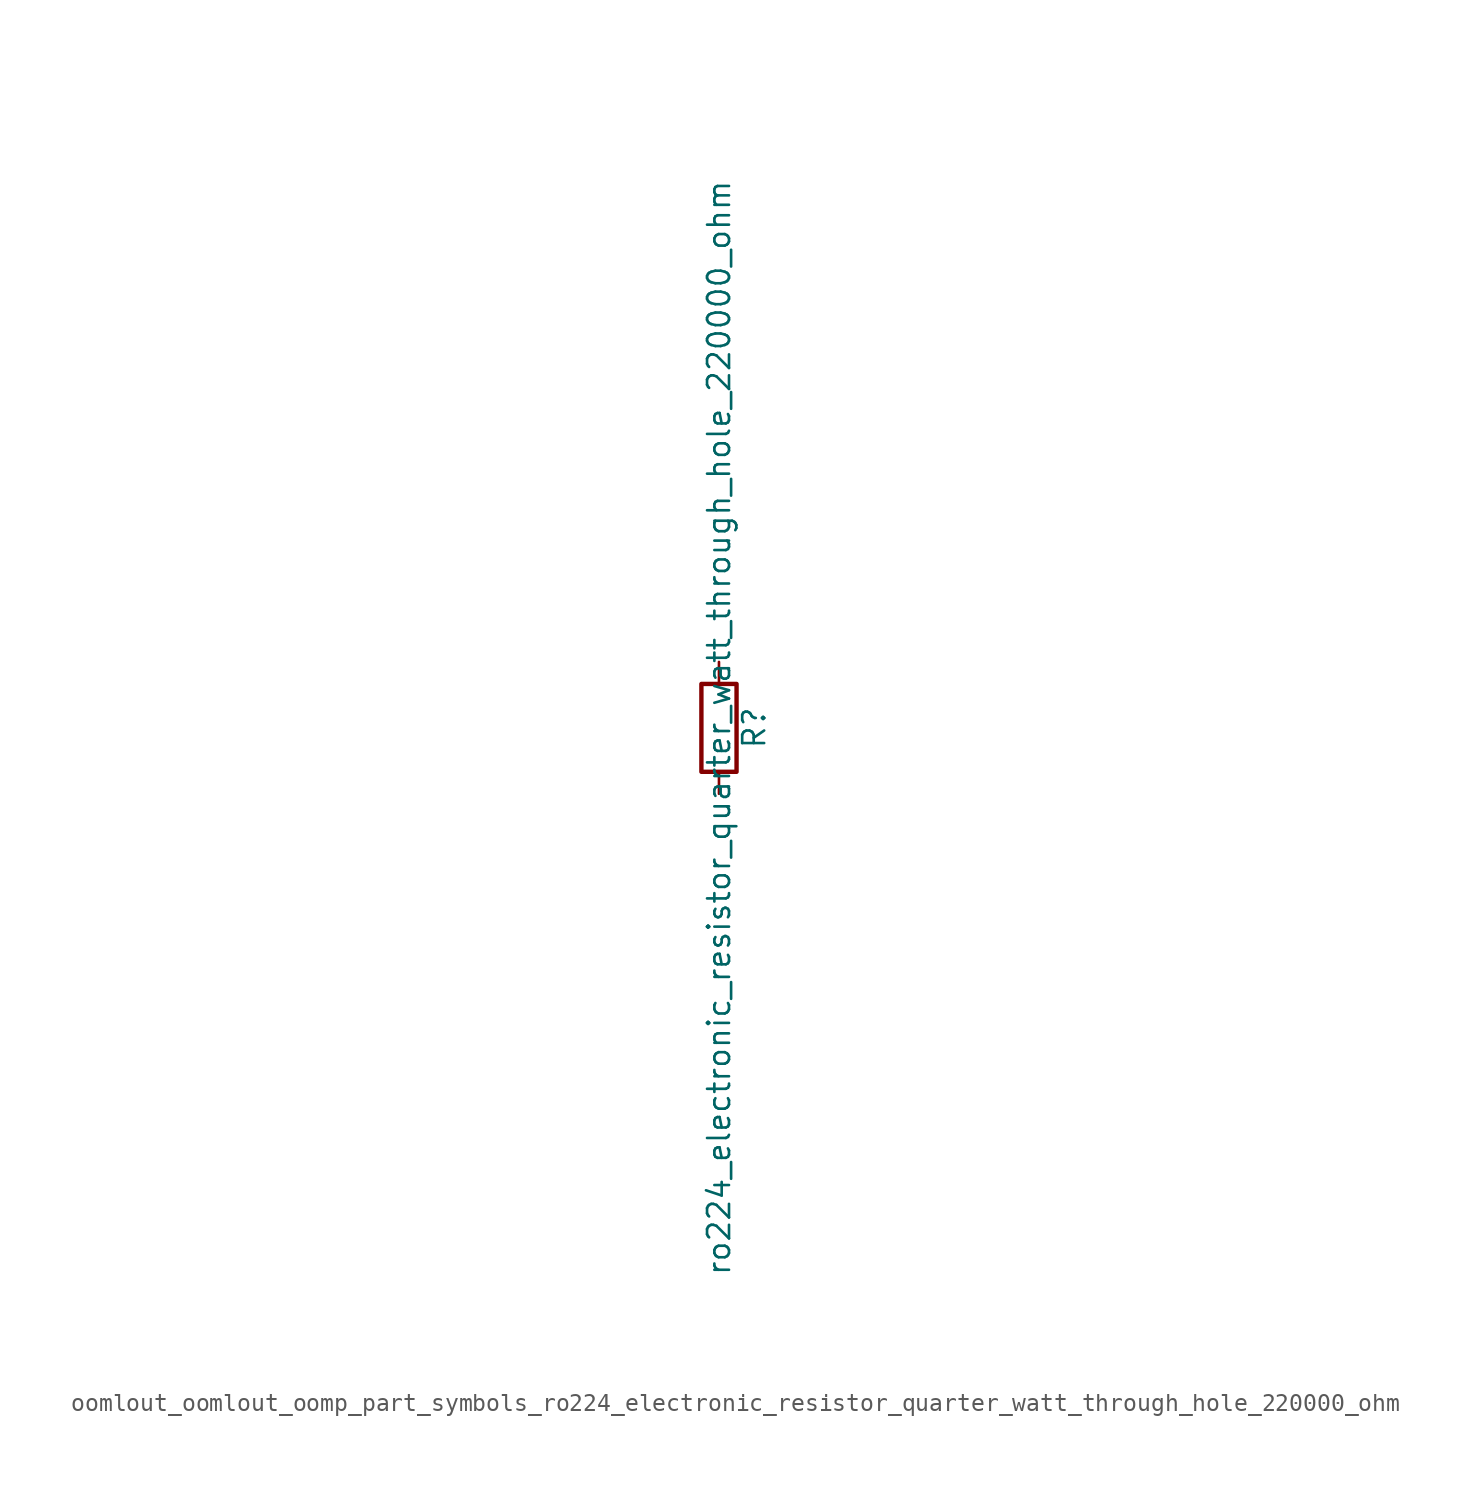
<source format=kicad_sym>
(kicad_symbol_lib
  (version 20220914)
  (generator kicad_symbol_editor)
  (symbol "oomlout_oomlout_oomp_part_symbols_ro224_electronic_resistor_quarter_watt_through_hole_220000_ohm"
    (pin_numbers hide)
    (pin_names
      (offset 0))
    (property "Reference" "R"
      (at 2.032 0 90)
      (effects (font (size 1.27 1.27))))
    (property "Value" "ro224_electronic_resistor_quarter_watt_through_hole_220000_ohm"
      (at 0 0 90)
      (effects (font (size 1.27 1.27))))
    (symbol "oomlout_oomlout_oomp_part_symbols_ro224_electronic_resistor_quarter_watt_through_hole_220000_ohm_0_1"
      (rectangle (start -1.016 -2.54) (end 1.016 2.54) (stroke (width 0.254) (type default)) (fill (type none))))
    (symbol "oomlout_oomlout_oomp_part_symbols_ro224_electronic_resistor_quarter_watt_through_hole_220000_ohm_1_1"
      (pin passive line (at 0 3.81 270) (length 1.27) (name "~" (effects (font (size 1.27 1.27)))) (number "1" (effects (font (size 1.27 1.27)))))
      (pin passive line (at 0 -3.81 90) (length 1.27) (name "~" (effects (font (size 1.27 1.27)))) (number "2" (effects (font (size 1.27 1.27))))))))
</source>
